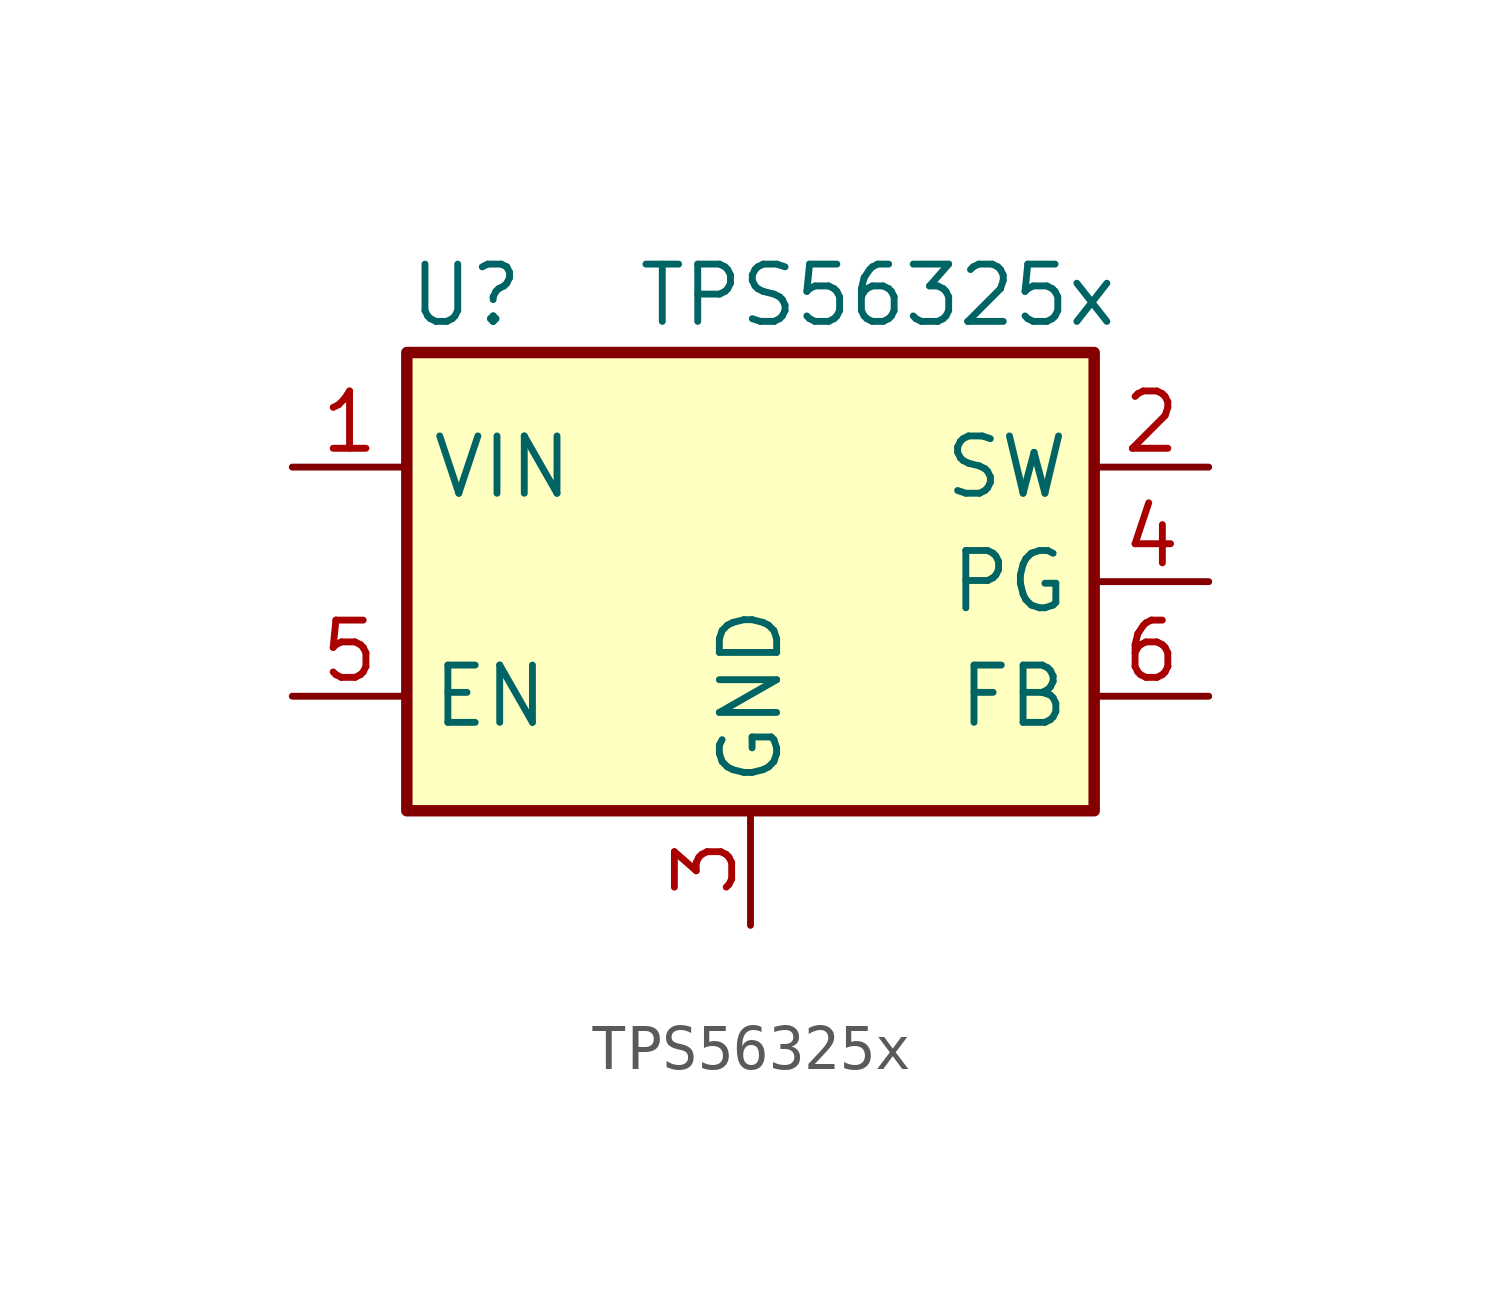
<source format=kicad_sym>
(kicad_symbol_lib
  (version 20211014)
  (generator kicad_symbol_editor)
  (symbol "TPS56325x"
    (property "Reference" "U"
      (at -7.62 6.35 0)
      (effects (font (size 1.27 1.27)) (justify left)))
    (property "Value" "TPS56325x"
      (at -2.54 6.35 0)
      (effects (font (size 1.27 1.27)) (justify left)))
    (symbol "TPS56325x_0_1"
      (rectangle (start -7.62 5.08) (end 7.62 -5.08) (stroke (width 0.254) (type default) (color 0 0 0 0)) (fill (type background))))
    (symbol "TPS56325x_1_1"
      (pin power_in line (at -10.16 2.54 0) (length 2.54) (name "VIN" (effects (font (size 1.27 1.27)))) (number "1" (effects (font (size 1.27 1.27)))))
      (pin output line (at 10.16 2.54 180) (length 2.54) (name "SW" (effects (font (size 1.27 1.27)))) (number "2" (effects (font (size 1.27 1.27)))))
      (pin power_in line (at 0 -7.62 90) (length 2.54) (name "GND" (effects (font (size 1.27 1.27)))) (number "3" (effects (font (size 1.27 1.27)))))
      (pin passive line (at 10.16 0 180) (length 2.54) (name "PG" (effects (font (size 1.27 1.27)))) (number "4" (effects (font (size 1.27 1.27)))))
      (pin input line (at -10.16 -2.54 0) (length 2.54) (name "EN" (effects (font (size 1.27 1.27)))) (number "5" (effects (font (size 1.27 1.27)))))
      (pin input line (at 10.16 -2.54 180) (length 2.54) (name "FB" (effects (font (size 1.27 1.27)))) (number "6" (effects (font (size 1.27 1.27))))))))
</source>
